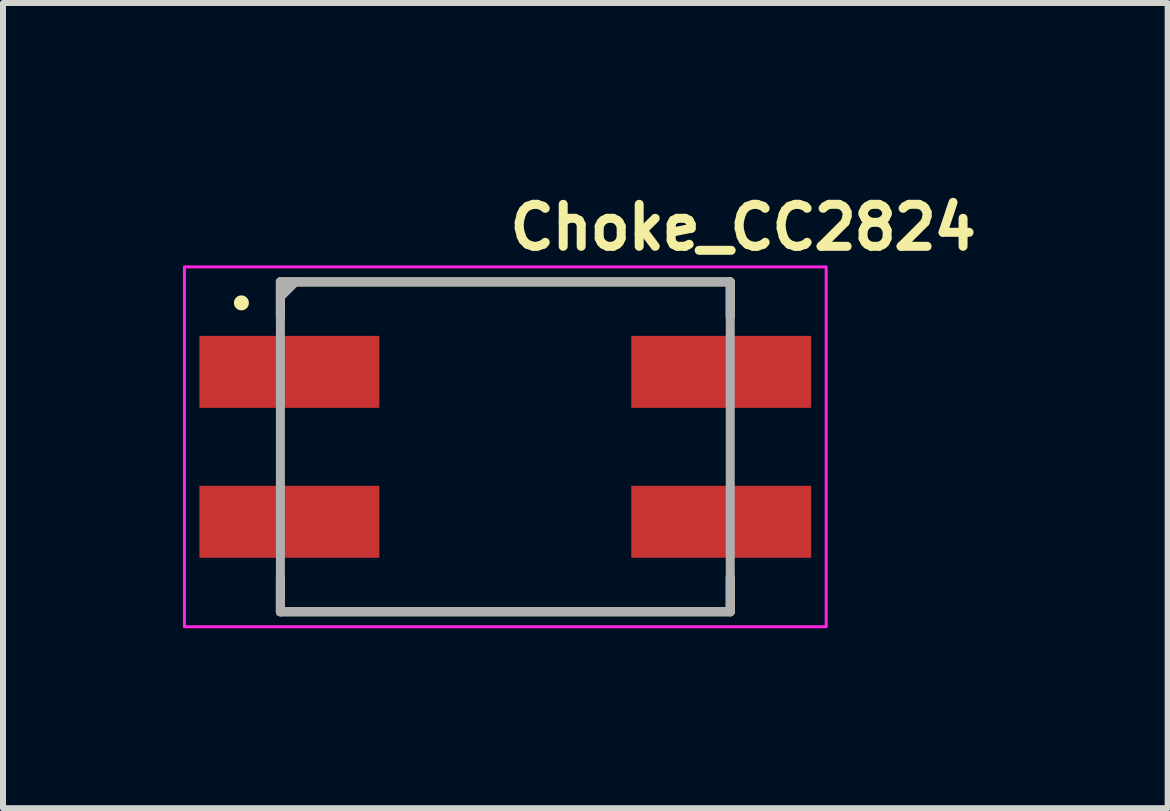
<source format=kicad_pcb>
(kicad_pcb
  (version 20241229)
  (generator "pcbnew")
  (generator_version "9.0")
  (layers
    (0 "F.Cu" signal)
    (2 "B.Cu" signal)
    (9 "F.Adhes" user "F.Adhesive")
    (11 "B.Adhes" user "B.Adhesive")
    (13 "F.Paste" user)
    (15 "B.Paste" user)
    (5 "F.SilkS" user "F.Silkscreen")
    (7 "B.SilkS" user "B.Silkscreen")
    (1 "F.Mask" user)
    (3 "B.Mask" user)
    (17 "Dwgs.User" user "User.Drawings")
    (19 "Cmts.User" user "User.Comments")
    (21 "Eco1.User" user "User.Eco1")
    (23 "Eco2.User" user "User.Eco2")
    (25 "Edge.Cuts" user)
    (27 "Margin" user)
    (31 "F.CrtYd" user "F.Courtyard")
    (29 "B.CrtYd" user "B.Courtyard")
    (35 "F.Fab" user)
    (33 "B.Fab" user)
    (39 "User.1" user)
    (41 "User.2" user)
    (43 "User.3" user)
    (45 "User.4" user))
  (footprint "Choke_CC2824"
    (layer "F.Cu")
    (at 5.375 4.4)
    (property "Reference" "Choke_CC2824" (at 0 -3.25 0) (layer "F.SilkS") (effects (font (size 0.7 0.7) (thickness 0.15)) (justify left bottom)))
    (attr smd)
    (fp_line (start -3.75 -2.75) (end -3.75 -2.17) (stroke (width 0.15) (type solid)) (layer "F.SilkS"))
    (fp_line (start -3.75 -2.75) (end 3.75 -2.75) (stroke (width 0.15) (type solid)) (layer "F.SilkS"))
    (fp_line (start -3.75 2.75) (end -3.75 2.17) (stroke (width 0.15) (type solid)) (layer "F.SilkS"))
    (fp_line (start -3.75 2.75) (end 3.75 2.75) (stroke (width 0.15) (type solid)) (layer "F.SilkS"))
    (fp_line (start 3.75 -2.75) (end 3.75 -2.17) (stroke (width 0.15) (type solid)) (layer "F.SilkS"))
    (fp_line (start 3.75 2.75) (end 3.75 2.17) (stroke (width 0.15) (type solid)) (layer "F.SilkS"))
    (fp_circle (center -4.4 -2.4) (end -4.35 -2.4) (stroke (width 0.15) (type solid)) (fill yes) (layer "F.SilkS"))
    (fp_rect (start -5.35 -3) (end 5.35 3) (stroke (width 0.05) (type solid)) (fill no) (layer "F.CrtYd"))
    (fp_line (start -3.75 -2.75) (end 3.75 -2.75) (stroke (width 0.15) (type solid)) (layer "F.Fab"))
    (fp_line (start -3.75 2.75) (end -3.75 -2.75) (stroke (width 0.15) (type solid)) (layer "F.Fab"))
    (fp_line (start -3.5 -2.75) (end -3.75 -2.5) (stroke (width 0.15) (type solid)) (layer "F.Fab"))
    (fp_line (start 3.75 -2.75) (end 3.75 2.75) (stroke (width 0.15) (type solid)) (layer "F.Fab"))
    (fp_line (start 3.75 2.75) (end -3.75 2.75) (stroke (width 0.15) (type solid)) (layer "F.Fab"))
    (fp_rect (start -4.5 -2.75) (end 4.5 2.75) (stroke (width 0.1) (type solid)) (fill no) (layer "User.5"))
    (fp_line (start -4.5 -1.02) (end -4.5 -1.52) (stroke (width 0.02) (type solid)) (layer "User.9"))
    (fp_line (start -4.5 1.02) (end -4.5 1.52) (stroke (width 0.02) (type solid)) (layer "User.9"))
    (fp_line (start -3.75 -2.25) (end -3.749 -2.275) (stroke (width 0.02) (type solid)) (layer "User.9"))
    (fp_line (start -3.75 -1.52) (end -4.5 -1.52) (stroke (width 0.02) (type solid)) (layer "User.9"))
    (fp_line (start -3.75 -1.02) (end -4.5 -1.02) (stroke (width 0.02) (type solid)) (layer "User.9"))
    (fp_line (start -3.75 1.02) (end -4.5 1.02) (stroke (width 0.02) (type solid)) (layer "User.9"))
    (fp_line (start -3.75 1.52) (end -4.5 1.52) (stroke (width 0.02) (type solid)) (layer "User.9"))
    (fp_line (start -3.75 2.25) (end -3.75 -2.25) (stroke (width 0.02) (type solid)) (layer "User.9"))
    (fp_line (start -3.749 -2.275) (end -3.748 -2.299) (stroke (width 0.02) (type solid)) (layer "User.9"))
    (fp_line (start -3.749 2.275) (end -3.75 2.25) (stroke (width 0.02) (type solid)) (layer "User.9"))
    (fp_line (start -3.748 -2.299) (end -3.745 -2.324) (stroke (width 0.02) (type solid)) (layer "User.9"))
    (fp_line (start -3.748 2.299) (end -3.749 2.275) (stroke (width 0.02) (type solid)) (layer "User.9"))
    (fp_line (start -3.745 -2.324) (end -3.74 -2.348) (stroke (width 0.02) (type solid)) (layer "User.9"))
    (fp_line (start -3.745 2.324) (end -3.748 2.299) (stroke (width 0.02) (type solid)) (layer "User.9"))
    (fp_line (start -3.74 -2.348) (end -3.735 -2.372) (stroke (width 0.02) (type solid)) (layer "User.9"))
    (fp_line (start -3.74 2.348) (end -3.745 2.324) (stroke (width 0.02) (type solid)) (layer "User.9"))
    (fp_line (start -3.735 -2.372) (end -3.728 -2.395) (stroke (width 0.02) (type solid)) (layer "User.9"))
    (fp_line (start -3.735 2.372) (end -3.74 2.348) (stroke (width 0.02) (type solid)) (layer "User.9"))
    (fp_line (start -3.728 -2.395) (end -3.721 -2.419) (stroke (width 0.02) (type solid)) (layer "User.9"))
    (fp_line (start -3.728 2.395) (end -3.735 2.372) (stroke (width 0.02) (type solid)) (layer "User.9"))
    (fp_line (start -3.721 -2.419) (end -3.712 -2.441) (stroke (width 0.02) (type solid)) (layer "User.9"))
    (fp_line (start -3.721 2.419) (end -3.728 2.395) (stroke (width 0.02) (type solid)) (layer "User.9"))
    (fp_line (start -3.712 -2.441) (end -3.702 -2.464) (stroke (width 0.02) (type solid)) (layer "User.9"))
    (fp_line (start -3.712 2.441) (end -3.721 2.419) (stroke (width 0.02) (type solid)) (layer "User.9"))
    (fp_line (start -3.702 -2.464) (end -3.691 -2.485) (stroke (width 0.02) (type solid)) (layer "User.9"))
    (fp_line (start -3.702 2.464) (end -3.712 2.441) (stroke (width 0.02) (type solid)) (layer "User.9"))
    (fp_line (start -3.691 -2.485) (end -3.679 -2.507) (stroke (width 0.02) (type solid)) (layer "User.9"))
    (fp_line (start -3.691 2.485) (end -3.702 2.464) (stroke (width 0.02) (type solid)) (layer "User.9"))
    (fp_line (start -3.679 -2.507) (end -3.666 -2.527) (stroke (width 0.02) (type solid)) (layer "User.9"))
    (fp_line (start -3.679 2.507) (end -3.691 2.485) (stroke (width 0.02) (type solid)) (layer "User.9"))
    (fp_line (start -3.666 -2.527) (end -3.652 -2.547) (stroke (width 0.02) (type solid)) (layer "User.9"))
    (fp_line (start -3.666 2.527) (end -3.679 2.507) (stroke (width 0.02) (type solid)) (layer "User.9"))
    (fp_line (start -3.652 -2.547) (end -3.637 -2.567) (stroke (width 0.02) (type solid)) (layer "User.9"))
    (fp_line (start -3.652 2.547) (end -3.666 2.527) (stroke (width 0.02) (type solid)) (layer "User.9"))
    (fp_line (start -3.637 -2.567) (end -3.621 -2.586) (stroke (width 0.02) (type solid)) (layer "User.9"))
    (fp_line (start -3.637 2.567) (end -3.652 2.547) (stroke (width 0.02) (type solid)) (layer "User.9"))
    (fp_line (start -3.621 -2.586) (end -3.604 -2.604) (stroke (width 0.02) (type solid)) (layer "User.9"))
    (fp_line (start -3.621 2.586) (end -3.637 2.567) (stroke (width 0.02) (type solid)) (layer "User.9"))
    (fp_line (start -3.604 -2.604) (end -3.604 -2.604) (stroke (width 0.02) (type solid)) (layer "User.9"))
    (fp_line (start -3.604 -2.604) (end -3.586 -2.621) (stroke (width 0.02) (type solid)) (layer "User.9"))
    (fp_line (start -3.604 2.604) (end -3.621 2.586) (stroke (width 0.02) (type solid)) (layer "User.9"))
    (fp_line (start -3.604 2.604) (end -3.604 2.604) (stroke (width 0.02) (type solid)) (layer "User.9"))
    (fp_line (start -3.586 -2.621) (end -3.567 -2.637) (stroke (width 0.02) (type solid)) (layer "User.9"))
    (fp_line (start -3.586 2.621) (end -3.604 2.604) (stroke (width 0.02) (type solid)) (layer "User.9"))
    (fp_line (start -3.567 -2.637) (end -3.547 -2.652) (stroke (width 0.02) (type solid)) (layer "User.9"))
    (fp_line (start -3.567 2.637) (end -3.586 2.621) (stroke (width 0.02) (type solid)) (layer "User.9"))
    (fp_line (start -3.547 -2.652) (end -3.527 -2.666) (stroke (width 0.02) (type solid)) (layer "User.9"))
    (fp_line (start -3.547 2.652) (end -3.567 2.637) (stroke (width 0.02) (type solid)) (layer "User.9"))
    (fp_line (start -3.527 -2.666) (end -3.507 -2.679) (stroke (width 0.02) (type solid)) (layer "User.9"))
    (fp_line (start -3.527 2.666) (end -3.547 2.652) (stroke (width 0.02) (type solid)) (layer "User.9"))
    (fp_line (start -3.507 -2.679) (end -3.485 -2.691) (stroke (width 0.02) (type solid)) (layer "User.9"))
    (fp_line (start -3.507 2.679) (end -3.527 2.666) (stroke (width 0.02) (type solid)) (layer "User.9"))
    (fp_line (start -3.485 -2.691) (end -3.464 -2.702) (stroke (width 0.02) (type solid)) (layer "User.9"))
    (fp_line (start -3.485 2.691) (end -3.507 2.679) (stroke (width 0.02) (type solid)) (layer "User.9"))
    (fp_line (start -3.464 -2.702) (end -3.441 -2.712) (stroke (width 0.02) (type solid)) (layer "User.9"))
    (fp_line (start -3.464 2.702) (end -3.485 2.691) (stroke (width 0.02) (type solid)) (layer "User.9"))
    (fp_line (start -3.441 -2.712) (end -3.419 -2.721) (stroke (width 0.02) (type solid)) (layer "User.9"))
    (fp_line (start -3.441 2.712) (end -3.464 2.702) (stroke (width 0.02) (type solid)) (layer "User.9"))
    (fp_line (start -3.419 -2.721) (end -3.395 -2.728) (stroke (width 0.02) (type solid)) (layer "User.9"))
    (fp_line (start -3.419 2.721) (end -3.441 2.712) (stroke (width 0.02) (type solid)) (layer "User.9"))
    (fp_line (start -3.395 -2.728) (end -3.372 -2.735) (stroke (width 0.02) (type solid)) (layer "User.9"))
    (fp_line (start -3.395 2.728) (end -3.419 2.721) (stroke (width 0.02) (type solid)) (layer "User.9"))
    (fp_line (start -3.372 -2.735) (end -3.348 -2.74) (stroke (width 0.02) (type solid)) (layer "User.9"))
    (fp_line (start -3.372 2.735) (end -3.395 2.728) (stroke (width 0.02) (type solid)) (layer "User.9"))
    (fp_line (start -3.348 -2.74) (end -3.324 -2.745) (stroke (width 0.02) (type solid)) (layer "User.9"))
    (fp_line (start -3.348 2.74) (end -3.372 2.735) (stroke (width 0.02) (type solid)) (layer "User.9"))
    (fp_line (start -3.324 -2.745) (end -3.299 -2.748) (stroke (width 0.02) (type solid)) (layer "User.9"))
    (fp_line (start -3.324 2.745) (end -3.348 2.74) (stroke (width 0.02) (type solid)) (layer "User.9"))
    (fp_line (start -3.299 -2.748) (end -3.275 -2.749) (stroke (width 0.02) (type solid)) (layer "User.9"))
    (fp_line (start -3.299 2.748) (end -3.324 2.745) (stroke (width 0.02) (type solid)) (layer "User.9"))
    (fp_line (start -3.275 -2.749) (end -3.25 -2.75) (stroke (width 0.02) (type solid)) (layer "User.9"))
    (fp_line (start -3.275 2.749) (end -3.299 2.748) (stroke (width 0.02) (type solid)) (layer "User.9"))
    (fp_line (start -3.25 -2.75) (end 3.25 -2.75) (stroke (width 0.02) (type solid)) (layer "User.9"))
    (fp_line (start -3.25 2.75) (end -3.275 2.749) (stroke (width 0.02) (type solid)) (layer "User.9"))
    (fp_line (start -3.1 -1.75) (end -3.1 -1.75) (stroke (width 0.02) (type solid)) (layer "User.9"))
    (fp_line (start -3.1 -1.75) (end -3.1 -1.75) (stroke (width 0.02) (type solid)) (layer "User.9"))
    (fp_line (start -3.1 -1.75) (end -3.099 -1.732) (stroke (width 0.02) (type solid)) (layer "User.9"))
    (fp_line (start -3.1 -1.75) (end -3.099 -1.732) (stroke (width 0.02) (type solid)) (layer "User.9"))
    (fp_line (start -3.099 -1.768) (end -3.1 -1.75) (stroke (width 0.02) (type solid)) (layer "User.9"))
    (fp_line (start -3.099 -1.768) (end -3.1 -1.75) (stroke (width 0.02) (type solid)) (layer "User.9"))
    (fp_line (start -3.099 -1.732) (end -3.098 -1.714) (stroke (width 0.02) (type solid)) (layer "User.9"))
    (fp_line (start -3.099 -1.732) (end -3.098 -1.714) (stroke (width 0.02) (type solid)) (layer "User.9"))
    (fp_line (start -3.098 -1.786) (end -3.099 -1.768) (stroke (width 0.02) (type solid)) (layer "User.9"))
    (fp_line (start -3.098 -1.786) (end -3.099 -1.768) (stroke (width 0.02) (type solid)) (layer "User.9"))
    (fp_line (start -3.098 -1.714) (end -3.096 -1.697) (stroke (width 0.02) (type solid)) (layer "User.9"))
    (fp_line (start -3.098 -1.714) (end -3.096 -1.697) (stroke (width 0.02) (type solid)) (layer "User.9"))
    (fp_line (start -3.096 -1.803) (end -3.098 -1.786) (stroke (width 0.02) (type solid)) (layer "User.9"))
    (fp_line (start -3.096 -1.803) (end -3.098 -1.786) (stroke (width 0.02) (type solid)) (layer "User.9"))
    (fp_line (start -3.096 -1.697) (end -3.093 -1.679) (stroke (width 0.02) (type solid)) (layer "User.9"))
    (fp_line (start -3.096 -1.697) (end -3.093 -1.679) (stroke (width 0.02) (type solid)) (layer "User.9"))
    (fp_line (start -3.093 -1.821) (end -3.096 -1.803) (stroke (width 0.02) (type solid)) (layer "User.9"))
    (fp_line (start -3.093 -1.821) (end -3.096 -1.803) (stroke (width 0.02) (type solid)) (layer "User.9"))
    (fp_line (start -3.093 -1.679) (end -3.089 -1.663) (stroke (width 0.02) (type solid)) (layer "User.9"))
    (fp_line (start -3.093 -1.679) (end -3.089 -1.663) (stroke (width 0.02) (type solid)) (layer "User.9"))
    (fp_line (start -3.089 -1.837) (end -3.093 -1.821) (stroke (width 0.02) (type solid)) (layer "User.9"))
    (fp_line (start -3.089 -1.837) (end -3.093 -1.821) (stroke (width 0.02) (type solid)) (layer "User.9"))
    (fp_line (start -3.089 -1.663) (end -3.084 -1.646) (stroke (width 0.02) (type solid)) (layer "User.9"))
    (fp_line (start -3.089 -1.663) (end -3.084 -1.646) (stroke (width 0.02) (type solid)) (layer "User.9"))
    (fp_line (start -3.084 -1.854) (end -3.089 -1.837) (stroke (width 0.02) (type solid)) (layer "User.9"))
    (fp_line (start -3.084 -1.854) (end -3.089 -1.837) (stroke (width 0.02) (type solid)) (layer "User.9"))
    (fp_line (start -3.084 -1.646) (end -3.079 -1.63) (stroke (width 0.02) (type solid)) (layer "User.9"))
    (fp_line (start -3.084 -1.646) (end -3.079 -1.63) (stroke (width 0.02) (type solid)) (layer "User.9"))
    (fp_line (start -3.079 -1.87) (end -3.084 -1.854) (stroke (width 0.02) (type solid)) (layer "User.9"))
    (fp_line (start -3.079 -1.87) (end -3.084 -1.854) (stroke (width 0.02) (type solid)) (layer "User.9"))
    (fp_line (start -3.079 -1.63) (end -3.072 -1.614) (stroke (width 0.02) (type solid)) (layer "User.9"))
    (fp_line (start -3.079 -1.63) (end -3.072 -1.614) (stroke (width 0.02) (type solid)) (layer "User.9"))
    (fp_line (start -3.072 -1.886) (end -3.079 -1.87) (stroke (width 0.02) (type solid)) (layer "User.9"))
    (fp_line (start -3.072 -1.886) (end -3.079 -1.87) (stroke (width 0.02) (type solid)) (layer "User.9"))
    (fp_line (start -3.072 -1.614) (end -3.065 -1.598) (stroke (width 0.02) (type solid)) (layer "User.9"))
    (fp_line (start -3.072 -1.614) (end -3.065 -1.598) (stroke (width 0.02) (type solid)) (layer "User.9"))
    (fp_line (start -3.065 -1.902) (end -3.072 -1.886) (stroke (width 0.02) (type solid)) (layer "User.9"))
    (fp_line (start -3.065 -1.902) (end -3.072 -1.886) (stroke (width 0.02) (type solid)) (layer "User.9"))
    (fp_line (start -3.065 -1.598) (end -3.058 -1.583) (stroke (width 0.02) (type solid)) (layer "User.9"))
    (fp_line (start -3.065 -1.598) (end -3.058 -1.583) (stroke (width 0.02) (type solid)) (layer "User.9"))
    (fp_line (start -3.058 -1.917) (end -3.065 -1.902) (stroke (width 0.02) (type solid)) (layer "User.9"))
    (fp_line (start -3.058 -1.917) (end -3.065 -1.902) (stroke (width 0.02) (type solid)) (layer "User.9"))
    (fp_line (start -3.058 -1.583) (end -3.049 -1.569) (stroke (width 0.02) (type solid)) (layer "User.9"))
    (fp_line (start -3.058 -1.583) (end -3.049 -1.569) (stroke (width 0.02) (type solid)) (layer "User.9"))
    (fp_line (start -3.049 -1.931) (end -3.058 -1.917) (stroke (width 0.02) (type solid)) (layer "User.9"))
    (fp_line (start -3.049 -1.931) (end -3.058 -1.917) (stroke (width 0.02) (type solid)) (layer "User.9"))
    (fp_line (start -3.049 -1.569) (end -3.04 -1.554) (stroke (width 0.02) (type solid)) (layer "User.9"))
    (fp_line (start -3.049 -1.569) (end -3.04 -1.554) (stroke (width 0.02) (type solid)) (layer "User.9"))
    (fp_line (start -3.04 -1.946) (end -3.049 -1.931) (stroke (width 0.02) (type solid)) (layer "User.9"))
    (fp_line (start -3.04 -1.946) (end -3.049 -1.931) (stroke (width 0.02) (type solid)) (layer "User.9"))
    (fp_line (start -3.04 -1.554) (end -3.03 -1.541) (stroke (width 0.02) (type solid)) (layer "User.9"))
    (fp_line (start -3.04 -1.554) (end -3.03 -1.541) (stroke (width 0.02) (type solid)) (layer "User.9"))
    (fp_line (start -3.03 -1.959) (end -3.04 -1.946) (stroke (width 0.02) (type solid)) (layer "User.9"))
    (fp_line (start -3.03 -1.959) (end -3.04 -1.946) (stroke (width 0.02) (type solid)) (layer "User.9"))
    (fp_line (start -3.03 -1.541) (end -3.02 -1.527) (stroke (width 0.02) (type solid)) (layer "User.9"))
    (fp_line (start -3.03 -1.541) (end -3.02 -1.527) (stroke (width 0.02) (type solid)) (layer "User.9"))
    (fp_line (start -3.02 -1.973) (end -3.03 -1.959) (stroke (width 0.02) (type solid)) (layer "User.9"))
    (fp_line (start -3.02 -1.973) (end -3.03 -1.959) (stroke (width 0.02) (type solid)) (layer "User.9"))
    (fp_line (start -3.02 -1.527) (end -3.009 -1.515) (stroke (width 0.02) (type solid)) (layer "User.9"))
    (fp_line (start -3.02 -1.527) (end -3.009 -1.515) (stroke (width 0.02) (type solid)) (layer "User.9"))
    (fp_line (start -3.009 -1.985) (end -3.02 -1.973) (stroke (width 0.02) (type solid)) (layer "User.9"))
    (fp_line (start -3.009 -1.985) (end -3.02 -1.973) (stroke (width 0.02) (type solid)) (layer "User.9"))
    (fp_line (start -3.009 -1.515) (end -2.997 -1.503) (stroke (width 0.02) (type solid)) (layer "User.9"))
    (fp_line (start -3.009 -1.515) (end -2.997 -1.503) (stroke (width 0.02) (type solid)) (layer "User.9"))
    (fp_line (start -2.997 -1.997) (end -3.009 -1.985) (stroke (width 0.02) (type solid)) (layer "User.9"))
    (fp_line (start -2.997 -1.997) (end -3.009 -1.985) (stroke (width 0.02) (type solid)) (layer "User.9"))
    (fp_line (start -2.997 -1.503) (end -2.985 -1.491) (stroke (width 0.02) (type solid)) (layer "User.9"))
    (fp_line (start -2.997 -1.503) (end -2.985 -1.491) (stroke (width 0.02) (type solid)) (layer "User.9"))
    (fp_line (start -2.985 -2.009) (end -2.997 -1.997) (stroke (width 0.02) (type solid)) (layer "User.9"))
    (fp_line (start -2.985 -2.009) (end -2.997 -1.997) (stroke (width 0.02) (type solid)) (layer "User.9"))
    (fp_line (start -2.985 -1.491) (end -2.973 -1.48) (stroke (width 0.02) (type solid)) (layer "User.9"))
    (fp_line (start -2.985 -1.491) (end -2.973 -1.48) (stroke (width 0.02) (type solid)) (layer "User.9"))
    (fp_line (start -2.973 -2.02) (end -2.985 -2.009) (stroke (width 0.02) (type solid)) (layer "User.9"))
    (fp_line (start -2.973 -2.02) (end -2.985 -2.009) (stroke (width 0.02) (type solid)) (layer "User.9"))
    (fp_line (start -2.973 -1.48) (end -2.959 -1.47) (stroke (width 0.02) (type solid)) (layer "User.9"))
    (fp_line (start -2.973 -1.48) (end -2.959 -1.47) (stroke (width 0.02) (type solid)) (layer "User.9"))
    (fp_line (start -2.959 -2.03) (end -2.973 -2.02) (stroke (width 0.02) (type solid)) (layer "User.9"))
    (fp_line (start -2.959 -2.03) (end -2.973 -2.02) (stroke (width 0.02) (type solid)) (layer "User.9"))
    (fp_line (start -2.959 -1.47) (end -2.946 -1.46) (stroke (width 0.02) (type solid)) (layer "User.9"))
    (fp_line (start -2.959 -1.47) (end -2.946 -1.46) (stroke (width 0.02) (type solid)) (layer "User.9"))
    (fp_line (start -2.946 -2.04) (end -2.959 -2.03) (stroke (width 0.02) (type solid)) (layer "User.9"))
    (fp_line (start -2.946 -2.04) (end -2.959 -2.03) (stroke (width 0.02) (type solid)) (layer "User.9"))
    (fp_line (start -2.946 -1.46) (end -2.931 -1.451) (stroke (width 0.02) (type solid)) (layer "User.9"))
    (fp_line (start -2.946 -1.46) (end -2.931 -1.451) (stroke (width 0.02) (type solid)) (layer "User.9"))
    (fp_line (start -2.931 -2.049) (end -2.946 -2.04) (stroke (width 0.02) (type solid)) (layer "User.9"))
    (fp_line (start -2.931 -2.049) (end -2.946 -2.04) (stroke (width 0.02) (type solid)) (layer "User.9"))
    (fp_line (start -2.931 -1.451) (end -2.917 -1.442) (stroke (width 0.02) (type solid)) (layer "User.9"))
    (fp_line (start -2.931 -1.451) (end -2.917 -1.442) (stroke (width 0.02) (type solid)) (layer "User.9"))
    (fp_line (start -2.917 -2.058) (end -2.931 -2.049) (stroke (width 0.02) (type solid)) (layer "User.9"))
    (fp_line (start -2.917 -2.058) (end -2.931 -2.049) (stroke (width 0.02) (type solid)) (layer "User.9"))
    (fp_line (start -2.917 -1.442) (end -2.902 -1.435) (stroke (width 0.02) (type solid)) (layer "User.9"))
    (fp_line (start -2.917 -1.442) (end -2.902 -1.435) (stroke (width 0.02) (type solid)) (layer "User.9"))
    (fp_line (start -2.902 -2.065) (end -2.917 -2.058) (stroke (width 0.02) (type solid)) (layer "User.9"))
    (fp_line (start -2.902 -2.065) (end -2.917 -2.058) (stroke (width 0.02) (type solid)) (layer "User.9"))
    (fp_line (start -2.902 -1.435) (end -2.886 -1.428) (stroke (width 0.02) (type solid)) (layer "User.9"))
    (fp_line (start -2.902 -1.435) (end -2.886 -1.428) (stroke (width 0.02) (type solid)) (layer "User.9"))
    (fp_line (start -2.886 -2.072) (end -2.902 -2.065) (stroke (width 0.02) (type solid)) (layer "User.9"))
    (fp_line (start -2.886 -2.072) (end -2.902 -2.065) (stroke (width 0.02) (type solid)) (layer "User.9"))
    (fp_line (start -2.886 -1.428) (end -2.87 -1.421) (stroke (width 0.02) (type solid)) (layer "User.9"))
    (fp_line (start -2.886 -1.428) (end -2.87 -1.421) (stroke (width 0.02) (type solid)) (layer "User.9"))
    (fp_line (start -2.87 -2.079) (end -2.886 -2.072) (stroke (width 0.02) (type solid)) (layer "User.9"))
    (fp_line (start -2.87 -2.079) (end -2.886 -2.072) (stroke (width 0.02) (type solid)) (layer "User.9"))
    (fp_line (start -2.87 -1.421) (end -2.854 -1.416) (stroke (width 0.02) (type solid)) (layer "User.9"))
    (fp_line (start -2.87 -1.421) (end -2.854 -1.416) (stroke (width 0.02) (type solid)) (layer "User.9"))
    (fp_line (start -2.854 -2.084) (end -2.87 -2.079) (stroke (width 0.02) (type solid)) (layer "User.9"))
    (fp_line (start -2.854 -2.084) (end -2.87 -2.079) (stroke (width 0.02) (type solid)) (layer "User.9"))
    (fp_line (start -2.854 -1.416) (end -2.837 -1.411) (stroke (width 0.02) (type solid)) (layer "User.9"))
    (fp_line (start -2.854 -1.416) (end -2.837 -1.411) (stroke (width 0.02) (type solid)) (layer "User.9"))
    (fp_line (start -2.837 -2.089) (end -2.854 -2.084) (stroke (width 0.02) (type solid)) (layer "User.9"))
    (fp_line (start -2.837 -2.089) (end -2.854 -2.084) (stroke (width 0.02) (type solid)) (layer "User.9"))
    (fp_line (start -2.837 -1.411) (end -2.82 -1.407) (stroke (width 0.02) (type solid)) (layer "User.9"))
    (fp_line (start -2.837 -1.411) (end -2.82 -1.407) (stroke (width 0.02) (type solid)) (layer "User.9"))
    (fp_line (start -2.821 -2.093) (end -2.837 -2.089) (stroke (width 0.02) (type solid)) (layer "User.9"))
    (fp_line (start -2.821 -2.093) (end -2.837 -2.089) (stroke (width 0.02) (type solid)) (layer "User.9"))
    (fp_line (start -2.82 -1.407) (end -2.803 -1.404) (stroke (width 0.02) (type solid)) (layer "User.9"))
    (fp_line (start -2.82 -1.407) (end -2.803 -1.404) (stroke (width 0.02) (type solid)) (layer "User.9"))
    (fp_line (start -2.803 -2.096) (end -2.821 -2.093) (stroke (width 0.02) (type solid)) (layer "User.9"))
    (fp_line (start -2.803 -2.096) (end -2.821 -2.093) (stroke (width 0.02) (type solid)) (layer "User.9"))
    (fp_line (start -2.803 -1.404) (end -2.786 -1.402) (stroke (width 0.02) (type solid)) (layer "User.9"))
    (fp_line (start -2.803 -1.404) (end -2.786 -1.402) (stroke (width 0.02) (type solid)) (layer "User.9"))
    (fp_line (start -2.786 -2.098) (end -2.803 -2.096) (stroke (width 0.02) (type solid)) (layer "User.9"))
    (fp_line (start -2.786 -2.098) (end -2.803 -2.096) (stroke (width 0.02) (type solid)) (layer "User.9"))
    (fp_line (start -2.786 -1.402) (end -2.768 -1.4) (stroke (width 0.02) (type solid)) (layer "User.9"))
    (fp_line (start -2.786 -1.402) (end -2.768 -1.4) (stroke (width 0.02) (type solid)) (layer "User.9"))
    (fp_line (start -2.768 -2.1) (end -2.786 -2.098) (stroke (width 0.02) (type solid)) (layer "User.9"))
    (fp_line (start -2.768 -2.1) (end -2.786 -2.098) (stroke (width 0.02) (type solid)) (layer "User.9"))
    (fp_line (start -2.768 -1.4) (end -2.75 -1.4) (stroke (width 0.02) (type solid)) (layer "User.9"))
    (fp_line (start -2.768 -1.4) (end -2.75 -1.4) (stroke (width 0.02) (type solid)) (layer "User.9"))
    (fp_line (start -2.75 -2.1) (end -2.768 -2.1) (stroke (width 0.02) (type solid)) (layer "User.9"))
    (fp_line (start -2.75 -2.1) (end -2.768 -2.1) (stroke (width 0.02) (type solid)) (layer "User.9"))
    (fp_line (start -2.75 -1.4) (end -2.732 -1.4) (stroke (width 0.02) (type solid)) (layer "User.9"))
    (fp_line (start -2.75 -1.4) (end -2.732 -1.4) (stroke (width 0.02) (type solid)) (layer "User.9"))
    (fp_line (start -2.732 -2.1) (end -2.75 -2.1) (stroke (width 0.02) (type solid)) (layer "User.9"))
    (fp_line (start -2.732 -2.1) (end -2.75 -2.1) (stroke (width 0.02) (type solid)) (layer "User.9"))
    (fp_line (start -2.732 -1.4) (end -2.714 -1.402) (stroke (width 0.02) (type solid)) (layer "User.9"))
    (fp_line (start -2.732 -1.4) (end -2.714 -1.402) (stroke (width 0.02) (type solid)) (layer "User.9"))
    (fp_line (start -2.714 -2.098) (end -2.732 -2.1) (stroke (width 0.02) (type solid)) (layer "User.9"))
    (fp_line (start -2.714 -2.098) (end -2.732 -2.1) (stroke (width 0.02) (type solid)) (layer "User.9"))
    (fp_line (start -2.714 -1.402) (end -2.697 -1.404) (stroke (width 0.02) (type solid)) (layer "User.9"))
    (fp_line (start -2.714 -1.402) (end -2.697 -1.404) (stroke (width 0.02) (type solid)) (layer "User.9"))
    (fp_line (start -2.697 -2.096) (end -2.714 -2.098) (stroke (width 0.02) (type solid)) (layer "User.9"))
    (fp_line (start -2.697 -2.096) (end -2.714 -2.098) (stroke (width 0.02) (type solid)) (layer "User.9"))
    (fp_line (start -2.697 -1.404) (end -2.679 -1.407) (stroke (width 0.02) (type solid)) (layer "User.9"))
    (fp_line (start -2.697 -1.404) (end -2.679 -1.407) (stroke (width 0.02) (type solid)) (layer "User.9"))
    (fp_line (start -2.68 -2.093) (end -2.697 -2.096) (stroke (width 0.02) (type solid)) (layer "User.9"))
    (fp_line (start -2.68 -2.093) (end -2.697 -2.096) (stroke (width 0.02) (type solid)) (layer "User.9"))
    (fp_line (start -2.679 -1.407) (end -2.663 -1.411) (stroke (width 0.02) (type solid)) (layer "User.9"))
    (fp_line (start -2.679 -1.407) (end -2.663 -1.411) (stroke (width 0.02) (type solid)) (layer "User.9"))
    (fp_line (start -2.663 -2.089) (end -2.68 -2.093) (stroke (width 0.02) (type solid)) (layer "User.9"))
    (fp_line (start -2.663 -2.089) (end -2.68 -2.093) (stroke (width 0.02) (type solid)) (layer "User.9"))
    (fp_line (start -2.663 -1.411) (end -2.646 -1.416) (stroke (width 0.02) (type solid)) (layer "User.9"))
    (fp_line (start -2.663 -1.411) (end -2.646 -1.416) (stroke (width 0.02) (type solid)) (layer "User.9"))
    (fp_line (start -2.646 -2.084) (end -2.663 -2.089) (stroke (width 0.02) (type solid)) (layer "User.9"))
    (fp_line (start -2.646 -2.084) (end -2.663 -2.089) (stroke (width 0.02) (type solid)) (layer "User.9"))
    (fp_line (start -2.646 -1.416) (end -2.63 -1.421) (stroke (width 0.02) (type solid)) (layer "User.9"))
    (fp_line (start -2.646 -1.416) (end -2.63 -1.421) (stroke (width 0.02) (type solid)) (layer "User.9"))
    (fp_line (start -2.63 -2.079) (end -2.646 -2.084) (stroke (width 0.02) (type solid)) (layer "User.9"))
    (fp_line (start -2.63 -2.079) (end -2.646 -2.084) (stroke (width 0.02) (type solid)) (layer "User.9"))
    (fp_line (start -2.63 -1.421) (end -2.614 -1.428) (stroke (width 0.02) (type solid)) (layer "User.9"))
    (fp_line (start -2.63 -1.421) (end -2.614 -1.428) (stroke (width 0.02) (type solid)) (layer "User.9"))
    (fp_line (start -2.614 -2.072) (end -2.63 -2.079) (stroke (width 0.02) (type solid)) (layer "User.9"))
    (fp_line (start -2.614 -2.072) (end -2.63 -2.079) (stroke (width 0.02) (type solid)) (layer "User.9"))
    (fp_line (start -2.614 -1.428) (end -2.598 -1.435) (stroke (width 0.02) (type solid)) (layer "User.9"))
    (fp_line (start -2.614 -1.428) (end -2.598 -1.435) (stroke (width 0.02) (type solid)) (layer "User.9"))
    (fp_line (start -2.598 -2.065) (end -2.614 -2.072) (stroke (width 0.02) (type solid)) (layer "User.9"))
    (fp_line (start -2.598 -2.065) (end -2.614 -2.072) (stroke (width 0.02) (type solid)) (layer "User.9"))
    (fp_line (start -2.598 -1.435) (end -2.583 -1.442) (stroke (width 0.02) (type solid)) (layer "User.9"))
    (fp_line (start -2.598 -1.435) (end -2.583 -1.442) (stroke (width 0.02) (type solid)) (layer "User.9"))
    (fp_line (start -2.583 -2.058) (end -2.598 -2.065) (stroke (width 0.02) (type solid)) (layer "User.9"))
    (fp_line (start -2.583 -2.058) (end -2.598 -2.065) (stroke (width 0.02) (type solid)) (layer "User.9"))
    (fp_line (start -2.583 -1.442) (end -2.569 -1.451) (stroke (width 0.02) (type solid)) (layer "User.9"))
    (fp_line (start -2.583 -1.442) (end -2.569 -1.451) (stroke (width 0.02) (type solid)) (layer "User.9"))
    (fp_line (start -2.569 -2.049) (end -2.583 -2.058) (stroke (width 0.02) (type solid)) (layer "User.9"))
    (fp_line (start -2.569 -2.049) (end -2.583 -2.058) (stroke (width 0.02) (type solid)) (layer "User.9"))
    (fp_line (start -2.569 -1.451) (end -2.554 -1.46) (stroke (width 0.02) (type solid)) (layer "User.9"))
    (fp_line (start -2.569 -1.451) (end -2.554 -1.46) (stroke (width 0.02) (type solid)) (layer "User.9"))
    (fp_line (start -2.554 -2.04) (end -2.569 -2.049) (stroke (width 0.02) (type solid)) (layer "User.9"))
    (fp_line (start -2.554 -2.04) (end -2.569 -2.049) (stroke (width 0.02) (type solid)) (layer "User.9"))
    (fp_line (start -2.554 -1.46) (end -2.541 -1.47) (stroke (width 0.02) (type solid)) (layer "User.9"))
    (fp_line (start -2.554 -1.46) (end -2.541 -1.47) (stroke (width 0.02) (type solid)) (layer "User.9"))
    (fp_line (start -2.541 -2.03) (end -2.554 -2.04) (stroke (width 0.02) (type solid)) (layer "User.9"))
    (fp_line (start -2.541 -2.03) (end -2.554 -2.04) (stroke (width 0.02) (type solid)) (layer "User.9"))
    (fp_line (start -2.541 -1.47) (end -2.527 -1.48) (stroke (width 0.02) (type solid)) (layer "User.9"))
    (fp_line (start -2.541 -1.47) (end -2.527 -1.48) (stroke (width 0.02) (type solid)) (layer "User.9"))
    (fp_line (start -2.527 -2.02) (end -2.541 -2.03) (stroke (width 0.02) (type solid)) (layer "User.9"))
    (fp_line (start -2.527 -2.02) (end -2.541 -2.03) (stroke (width 0.02) (type solid)) (layer "User.9"))
    (fp_line (start -2.527 -1.48) (end -2.515 -1.491) (stroke (width 0.02) (type solid)) (layer "User.9"))
    (fp_line (start -2.527 -1.48) (end -2.515 -1.491) (stroke (width 0.02) (type solid)) (layer "User.9"))
    (fp_line (start -2.515 -2.009) (end -2.527 -2.02) (stroke (width 0.02) (type solid)) (layer "User.9"))
    (fp_line (start -2.515 -2.009) (end -2.527 -2.02) (stroke (width 0.02) (type solid)) (layer "User.9"))
    (fp_line (start -2.515 -1.491) (end -2.503 -1.503) (stroke (width 0.02) (type solid)) (layer "User.9"))
    (fp_line (start -2.515 -1.491) (end -2.503 -1.503) (stroke (width 0.02) (type solid)) (layer "User.9"))
    (fp_line (start -2.503 -1.997) (end -2.515 -2.009) (stroke (width 0.02) (type solid)) (layer "User.9"))
    (fp_line (start -2.503 -1.997) (end -2.515 -2.009) (stroke (width 0.02) (type solid)) (layer "User.9"))
    (fp_line (start -2.503 -1.503) (end -2.491 -1.515) (stroke (width 0.02) (type solid)) (layer "User.9"))
    (fp_line (start -2.503 -1.503) (end -2.491 -1.515) (stroke (width 0.02) (type solid)) (layer "User.9"))
    (fp_line (start -2.491 -1.985) (end -2.503 -1.997) (stroke (width 0.02) (type solid)) (layer "User.9"))
    (fp_line (start -2.491 -1.985) (end -2.503 -1.997) (stroke (width 0.02) (type solid)) (layer "User.9"))
    (fp_line (start -2.491 -1.515) (end -2.48 -1.527) (stroke (width 0.02) (type solid)) (layer "User.9"))
    (fp_line (start -2.491 -1.515) (end -2.48 -1.527) (stroke (width 0.02) (type solid)) (layer "User.9"))
    (fp_line (start -2.48 -1.973) (end -2.491 -1.985) (stroke (width 0.02) (type solid)) (layer "User.9"))
    (fp_line (start -2.48 -1.973) (end -2.491 -1.985) (stroke (width 0.02) (type solid)) (layer "User.9"))
    (fp_line (start -2.48 -1.527) (end -2.47 -1.541) (stroke (width 0.02) (type solid)) (layer "User.9"))
    (fp_line (start -2.48 -1.527) (end -2.47 -1.541) (stroke (width 0.02) (type solid)) (layer "User.9"))
    (fp_line (start -2.47 -1.959) (end -2.48 -1.973) (stroke (width 0.02) (type solid)) (layer "User.9"))
    (fp_line (start -2.47 -1.959) (end -2.48 -1.973) (stroke (width 0.02) (type solid)) (layer "User.9"))
    (fp_line (start -2.47 -1.541) (end -2.46 -1.554) (stroke (width 0.02) (type solid)) (layer "User.9"))
    (fp_line (start -2.47 -1.541) (end -2.46 -1.554) (stroke (width 0.02) (type solid)) (layer "User.9"))
    (fp_line (start -2.46 -1.946) (end -2.47 -1.959) (stroke (width 0.02) (type solid)) (layer "User.9"))
    (fp_line (start -2.46 -1.946) (end -2.47 -1.959) (stroke (width 0.02) (type solid)) (layer "User.9"))
    (fp_line (start -2.46 -1.554) (end -2.451 -1.569) (stroke (width 0.02) (type solid)) (layer "User.9"))
    (fp_line (start -2.46 -1.554) (end -2.451 -1.569) (stroke (width 0.02) (type solid)) (layer "User.9"))
    (fp_line (start -2.451 -1.931) (end -2.46 -1.946) (stroke (width 0.02) (type solid)) (layer "User.9"))
    (fp_line (start -2.451 -1.931) (end -2.46 -1.946) (stroke (width 0.02) (type solid)) (layer "User.9"))
    (fp_line (start -2.451 -1.569) (end -2.442 -1.583) (stroke (width 0.02) (type solid)) (layer "User.9"))
    (fp_line (start -2.451 -1.569) (end -2.442 -1.583) (stroke (width 0.02) (type solid)) (layer "User.9"))
    (fp_line (start -2.442 -1.917) (end -2.451 -1.931) (stroke (width 0.02) (type solid)) (layer "User.9"))
    (fp_line (start -2.442 -1.917) (end -2.451 -1.931) (stroke (width 0.02) (type solid)) (layer "User.9"))
    (fp_line (start -2.442 -1.583) (end -2.435 -1.598) (stroke (width 0.02) (type solid)) (layer "User.9"))
    (fp_line (start -2.442 -1.583) (end -2.435 -1.598) (stroke (width 0.02) (type solid)) (layer "User.9"))
    (fp_line (start -2.435 -1.902) (end -2.442 -1.917) (stroke (width 0.02) (type solid)) (layer "User.9"))
    (fp_line (start -2.435 -1.902) (end -2.442 -1.917) (stroke (width 0.02) (type solid)) (layer "User.9"))
    (fp_line (start -2.435 -1.598) (end -2.428 -1.614) (stroke (width 0.02) (type solid)) (layer "User.9"))
    (fp_line (start -2.435 -1.598) (end -2.428 -1.614) (stroke (width 0.02) (type solid)) (layer "User.9"))
    (fp_line (start -2.428 -1.886) (end -2.435 -1.902) (stroke (width 0.02) (type solid)) (layer "User.9"))
    (fp_line (start -2.428 -1.886) (end -2.435 -1.902) (stroke (width 0.02) (type solid)) (layer "User.9"))
    (fp_line (start -2.428 -1.614) (end -2.421 -1.63) (stroke (width 0.02) (type solid)) (layer "User.9"))
    (fp_line (start -2.428 -1.614) (end -2.421 -1.63) (stroke (width 0.02) (type solid)) (layer "User.9"))
    (fp_line (start -2.421 -1.87) (end -2.428 -1.886) (stroke (width 0.02) (type solid)) (layer "User.9"))
    (fp_line (start -2.421 -1.87) (end -2.428 -1.886) (stroke (width 0.02) (type solid)) (layer "User.9"))
    (fp_line (start -2.421 -1.63) (end -2.416 -1.646) (stroke (width 0.02) (type solid)) (layer "User.9"))
    (fp_line (start -2.421 -1.63) (end -2.416 -1.646) (stroke (width 0.02) (type solid)) (layer "User.9"))
    (fp_line (start -2.416 -1.854) (end -2.421 -1.87) (stroke (width 0.02) (type solid)) (layer "User.9"))
    (fp_line (start -2.416 -1.854) (end -2.421 -1.87) (stroke (width 0.02) (type solid)) (layer "User.9"))
    (fp_line (start -2.416 -1.646) (end -2.411 -1.663) (stroke (width 0.02) (type solid)) (layer "User.9"))
    (fp_line (start -2.416 -1.646) (end -2.411 -1.663) (stroke (width 0.02) (type solid)) (layer "User.9"))
    (fp_line (start -2.411 -1.837) (end -2.416 -1.854) (stroke (width 0.02) (type solid)) (layer "User.9"))
    (fp_line (start -2.411 -1.837) (end -2.416 -1.854) (stroke (width 0.02) (type solid)) (layer "User.9"))
    (fp_line (start -2.411 -1.663) (end -2.407 -1.679) (stroke (width 0.02) (type solid)) (layer "User.9"))
    (fp_line (start -2.411 -1.663) (end -2.407 -1.679) (stroke (width 0.02) (type solid)) (layer "User.9"))
    (fp_line (start -2.407 -1.821) (end -2.411 -1.837) (stroke (width 0.02) (type solid)) (layer "User.9"))
    (fp_line (start -2.407 -1.821) (end -2.411 -1.837) (stroke (width 0.02) (type solid)) (layer "User.9"))
    (fp_line (start -2.407 -1.679) (end -2.404 -1.697) (stroke (width 0.02) (type solid)) (layer "User.9"))
    (fp_line (start -2.407 -1.679) (end -2.404 -1.697) (stroke (width 0.02) (type solid)) (layer "User.9"))
    (fp_line (start -2.404 -1.803) (end -2.407 -1.821) (stroke (width 0.02) (type solid)) (layer "User.9"))
    (fp_line (start -2.404 -1.803) (end -2.407 -1.821) (stroke (width 0.02) (type solid)) (layer "User.9"))
    (fp_line (start -2.404 -1.697) (end -2.402 -1.714) (stroke (width 0.02) (type solid)) (layer "User.9"))
    (fp_line (start -2.404 -1.697) (end -2.402 -1.714) (stroke (width 0.02) (type solid)) (layer "User.9"))
    (fp_line (start -2.402 -1.786) (end -2.404 -1.803) (stroke (width 0.02) (type solid)) (layer "User.9"))
    (fp_line (start -2.402 -1.786) (end -2.404 -1.803) (stroke (width 0.02) (type solid)) (layer "User.9"))
    (fp_line (start -2.402 -1.714) (end -2.401 -1.732) (stroke (width 0.02) (type solid)) (layer "User.9"))
    (fp_line (start -2.402 -1.714) (end -2.401 -1.732) (stroke (width 0.02) (type solid)) (layer "User.9"))
    (fp_line (start -2.401 -1.768) (end -2.402 -1.786) (stroke (width 0.02) (type solid)) (layer "User.9"))
    (fp_line (start -2.401 -1.768) (end -2.402 -1.786) (stroke (width 0.02) (type solid)) (layer "User.9"))
    (fp_line (start -2.401 -1.732) (end -2.4 -1.75) (stroke (width 0.02) (type solid)) (layer "User.9"))
    (fp_line (start -2.401 -1.732) (end -2.4 -1.75) (stroke (width 0.02) (type solid)) (layer "User.9"))
    (fp_line (start -2.4 -1.75) (end -2.401 -1.768) (stroke (width 0.02) (type solid)) (layer "User.9"))
    (fp_line (start -2.4 -1.75) (end -2.401 -1.768) (stroke (width 0.02) (type solid)) (layer "User.9"))
    (fp_line (start -2.4 -1.75) (end -2.4 -1.75) (stroke (width 0.02) (type solid)) (layer "User.9"))
    (fp_line (start -2.4 -1.75) (end -2.4 -1.75) (stroke (width 0.02) (type solid)) (layer "User.9"))
    (fp_line (start 3.25 -2.75) (end 3.275 -2.749) (stroke (width 0.02) (type solid)) (layer "User.9"))
    (fp_line (start 3.25 2.75) (end -3.25 2.75) (stroke (width 0.02) (type solid)) (layer "User.9"))
    (fp_line (start 3.275 -2.749) (end 3.299 -2.748) (stroke (width 0.02) (type solid)) (layer "User.9"))
    (fp_line (start 3.275 2.749) (end 3.25 2.75) (stroke (width 0.02) (type solid)) (layer "User.9"))
    (fp_line (start 3.299 -2.748) (end 3.324 -2.745) (stroke (width 0.02) (type solid)) (layer "User.9"))
    (fp_line (start 3.299 2.748) (end 3.275 2.749) (stroke (width 0.02) (type solid)) (layer "User.9"))
    (fp_line (start 3.324 -2.745) (end 3.348 -2.74) (stroke (width 0.02) (type solid)) (layer "User.9"))
    (fp_line (start 3.324 2.745) (end 3.299 2.748) (stroke (width 0.02) (type solid)) (layer "User.9"))
    (fp_line (start 3.348 -2.74) (end 3.372 -2.735) (stroke (width 0.02) (type solid)) (layer "User.9"))
    (fp_line (start 3.348 2.74) (end 3.324 2.745) (stroke (width 0.02) (type solid)) (layer "User.9"))
    (fp_line (start 3.372 -2.735) (end 3.395 -2.728) (stroke (width 0.02) (type solid)) (layer "User.9"))
    (fp_line (start 3.372 2.735) (end 3.348 2.74) (stroke (width 0.02) (type solid)) (layer "User.9"))
    (fp_line (start 3.395 -2.728) (end 3.419 -2.721) (stroke (width 0.02) (type solid)) (layer "User.9"))
    (fp_line (start 3.395 2.728) (end 3.372 2.735) (stroke (width 0.02) (type solid)) (layer "User.9"))
    (fp_line (start 3.419 -2.721) (end 3.441 -2.712) (stroke (width 0.02) (type solid)) (layer "User.9"))
    (fp_line (start 3.419 2.721) (end 3.395 2.728) (stroke (width 0.02) (type solid)) (layer "User.9"))
    (fp_line (start 3.441 -2.712) (end 3.464 -2.702) (stroke (width 0.02) (type solid)) (layer "User.9"))
    (fp_line (start 3.441 2.712) (end 3.419 2.721) (stroke (width 0.02) (type solid)) (layer "User.9"))
    (fp_line (start 3.464 -2.702) (end 3.485 -2.691) (stroke (width 0.02) (type solid)) (layer "User.9"))
    (fp_line (start 3.464 2.702) (end 3.441 2.712) (stroke (width 0.02) (type solid)) (layer "User.9"))
    (fp_line (start 3.485 -2.691) (end 3.507 -2.679) (stroke (width 0.02) (type solid)) (layer "User.9"))
    (fp_line (start 3.485 2.691) (end 3.464 2.702) (stroke (width 0.02) (type solid)) (layer "User.9"))
    (fp_line (start 3.507 -2.679) (end 3.527 -2.666) (stroke (width 0.02) (type solid)) (layer "User.9"))
    (fp_line (start 3.507 2.679) (end 3.485 2.691) (stroke (width 0.02) (type solid)) (layer "User.9"))
    (fp_line (start 3.527 -2.666) (end 3.547 -2.652) (stroke (width 0.02) (type solid)) (layer "User.9"))
    (fp_line (start 3.527 2.666) (end 3.507 2.679) (stroke (width 0.02) (type solid)) (layer "User.9"))
    (fp_line (start 3.547 -2.652) (end 3.567 -2.637) (stroke (width 0.02) (type solid)) (layer "User.9"))
    (fp_line (start 3.547 2.652) (end 3.527 2.666) (stroke (width 0.02) (type solid)) (layer "User.9"))
    (fp_line (start 3.567 -2.637) (end 3.586 -2.621) (stroke (width 0.02) (type solid)) (layer "User.9"))
    (fp_line (start 3.567 2.637) (end 3.547 2.652) (stroke (width 0.02) (type solid)) (layer "User.9"))
    (fp_line (start 3.586 -2.621) (end 3.604 -2.604) (stroke (width 0.02) (type solid)) (layer "User.9"))
    (fp_line (start 3.586 2.621) (end 3.567 2.637) (stroke (width 0.02) (type solid)) (layer "User.9"))
    (fp_line (start 3.604 -2.604) (end 3.604 -2.604) (stroke (width 0.02) (type solid)) (layer "User.9"))
    (fp_line (start 3.604 -2.604) (end 3.621 -2.586) (stroke (width 0.02) (type solid)) (layer "User.9"))
    (fp_line (start 3.604 2.604) (end 3.586 2.621) (stroke (width 0.02) (type solid)) (layer "User.9"))
    (fp_line (start 3.604 2.604) (end 3.604 2.604) (stroke (width 0.02) (type solid)) (layer "User.9"))
    (fp_line (start 3.621 -2.586) (end 3.637 -2.567) (stroke (width 0.02) (type solid)) (layer "User.9"))
    (fp_line (start 3.621 2.586) (end 3.604 2.604) (stroke (width 0.02) (type solid)) (layer "User.9"))
    (fp_line (start 3.637 -2.567) (end 3.652 -2.547) (stroke (width 0.02) (type solid)) (layer "User.9"))
    (fp_line (start 3.637 2.567) (end 3.621 2.586) (stroke (width 0.02) (type solid)) (layer "User.9"))
    (fp_line (start 3.652 -2.547) (end 3.666 -2.527) (stroke (width 0.02) (type solid)) (layer "User.9"))
    (fp_line (start 3.652 2.547) (end 3.637 2.567) (stroke (width 0.02) (type solid)) (layer "User.9"))
    (fp_line (start 3.666 -2.527) (end 3.679 -2.507) (stroke (width 0.02) (type solid)) (layer "User.9"))
    (fp_line (start 3.666 2.527) (end 3.652 2.547) (stroke (width 0.02) (type solid)) (layer "User.9"))
    (fp_line (start 3.679 -2.507) (end 3.691 -2.485) (stroke (width 0.02) (type solid)) (layer "User.9"))
    (fp_line (start 3.679 2.507) (end 3.666 2.527) (stroke (width 0.02) (type solid)) (layer "User.9"))
    (fp_line (start 3.691 -2.485) (end 3.702 -2.464) (stroke (width 0.02) (type solid)) (layer "User.9"))
    (fp_line (start 3.691 2.485) (end 3.679 2.507) (stroke (width 0.02) (type solid)) (layer "User.9"))
    (fp_line (start 3.702 -2.464) (end 3.712 -2.441) (stroke (width 0.02) (type solid)) (layer "User.9"))
    (fp_line (start 3.702 2.464) (end 3.691 2.485) (stroke (width 0.02) (type solid)) (layer "User.9"))
    (fp_line (start 3.712 -2.441) (end 3.721 -2.419) (stroke (width 0.02) (type solid)) (layer "User.9"))
    (fp_line (start 3.712 2.441) (end 3.702 2.464) (stroke (width 0.02) (type solid)) (layer "User.9"))
    (fp_line (start 3.721 -2.419) (end 3.728 -2.395) (stroke (width 0.02) (type solid)) (layer "User.9"))
    (fp_line (start 3.721 2.419) (end 3.712 2.441) (stroke (width 0.02) (type solid)) (layer "User.9"))
    (fp_line (start 3.728 -2.395) (end 3.735 -2.372) (stroke (width 0.02) (type solid)) (layer "User.9"))
    (fp_line (start 3.728 2.395) (end 3.721 2.419) (stroke (width 0.02) (type solid)) (layer "User.9"))
    (fp_line (start 3.735 -2.372) (end 3.74 -2.348) (stroke (width 0.02) (type solid)) (layer "User.9"))
    (fp_line (start 3.735 2.372) (end 3.728 2.395) (stroke (width 0.02) (type solid)) (layer "User.9"))
    (fp_line (start 3.74 -2.348) (end 3.745 -2.324) (stroke (width 0.02) (type solid)) (layer "User.9"))
    (fp_line (start 3.74 2.348) (end 3.735 2.372) (stroke (width 0.02) (type solid)) (layer "User.9"))
    (fp_line (start 3.745 -2.324) (end 3.748 -2.299) (stroke (width 0.02) (type solid)) (layer "User.9"))
    (fp_line (start 3.745 2.324) (end 3.74 2.348) (stroke (width 0.02) (type solid)) (layer "User.9"))
    (fp_line (start 3.748 -2.299) (end 3.749 -2.275) (stroke (width 0.02) (type solid)) (layer "User.9"))
    (fp_line (start 3.748 2.299) (end 3.745 2.324) (stroke (width 0.02) (type solid)) (layer "User.9"))
    (fp_line (start 3.749 -2.275) (end 3.75 -2.25) (stroke (width 0.02) (type solid)) (layer "User.9"))
    (fp_line (start 3.749 2.275) (end 3.748 2.299) (stroke (width 0.02) (type solid)) (layer "User.9"))
    (fp_line (start 3.75 -2.25) (end 3.75 2.25) (stroke (width 0.02) (type solid)) (layer "User.9"))
    (fp_line (start 3.75 2.25) (end 3.749 2.275) (stroke (width 0.02) (type solid)) (layer "User.9"))
    (fp_line (start 4.5 -1.52) (end 3.75 -1.52) (stroke (width 0.02) (type solid)) (layer "User.9"))
    (fp_line (start 4.5 -1.02) (end 3.75 -1.02) (stroke (width 0.02) (type solid)) (layer "User.9"))
    (fp_line (start 4.5 -1.02) (end 4.5 -1.52) (stroke (width 0.02) (type solid)) (layer "User.9"))
    (fp_line (start 4.5 1.02) (end 3.75 1.02) (stroke (width 0.02) (type solid)) (layer "User.9"))
    (fp_line (start 4.5 1.02) (end 4.5 1.52) (stroke (width 0.02) (type solid)) (layer "User.9"))
    (fp_line (start 4.5 1.52) (end 3.75 1.52) (stroke (width 0.02) (type solid)) (layer "User.9"))
    (pad "1" smd rect (at -3.6 -1.25) (size 3 1.2) (layers "F.Cu" "F.Mask" "F.Paste"))
    (pad "2" smd rect (at 3.6 -1.25) (size 3 1.2) (layers "F.Cu" "F.Mask" "F.Paste"))
    (pad "3" smd rect (at 3.6 1.25) (size 3 1.2) (layers "F.Cu" "F.Mask" "F.Paste"))
    (pad "4" smd rect (at -3.6 1.25) (size 3 1.2) (layers "F.Cu" "F.Mask" "F.Paste")))
  (gr_rect
    (start -3 -3)
    (end 16.418 10.425)
    (stroke (width 0.1) (type default))
    (fill no)
    (layer "Edge.Cuts")))
</source>
